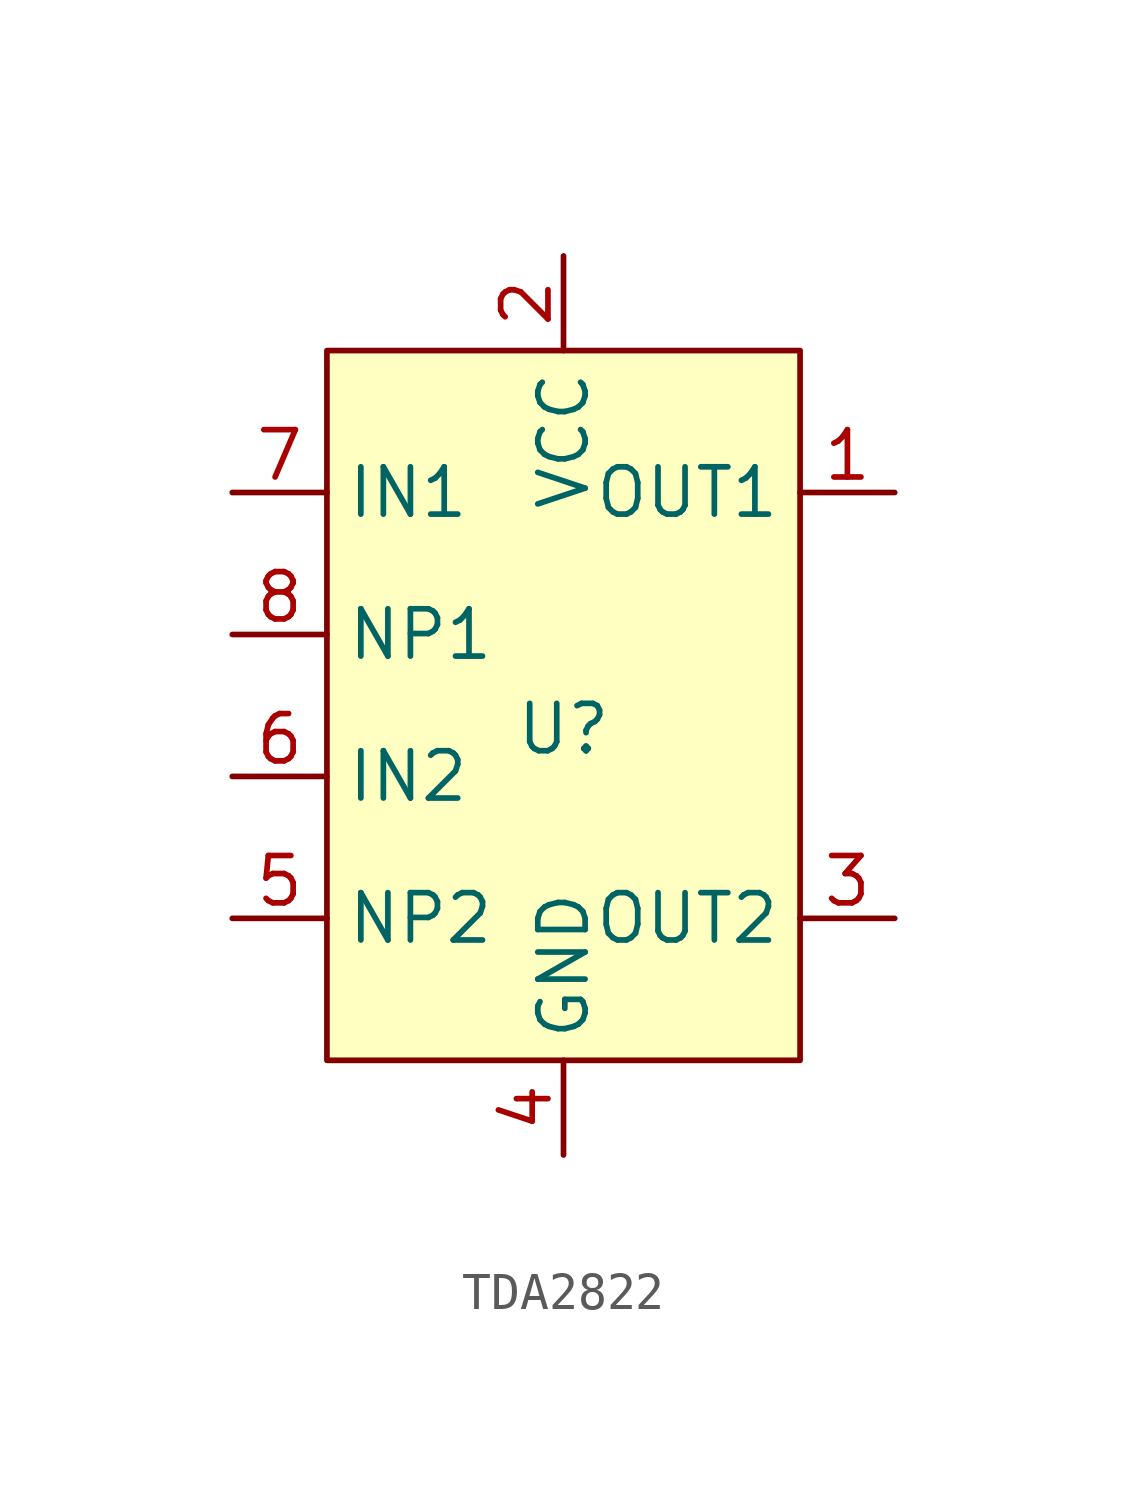
<source format=kicad_sym>
(kicad_symbol_lib
  (version 20220914)
  (generator kicad_symbol_editor)
  (symbol "TDA2822"
    (property "Reference" "U"
      (at 0 0 0)
      (effects (font (size 1.27 1.27))))
    (property "Value" ""
      (at 0 0 0)
      (effects (font (size 1.27 1.27))))
    (symbol "TDA2822_1_1"
      (polyline (pts (xy 6.35 10.16) (xy -6.35 10.16) (xy -6.35 -8.89) (xy 6.35 -8.89) (xy 6.35 10.16)) (stroke (width 0) (type default)) (fill (type background)))
      (pin output line (at 8.89 6.35 180) (length 2.54) (name "OUT1" (effects (font (size 1.27 1.27)))) (number "1" (effects (font (size 1.27 1.27)))))
      (pin power_in line (at 0 12.7 270) (length 2.54) (name "VCC" (effects (font (size 1.27 1.27)))) (number "2" (effects (font (size 1.27 1.27)))))
      (pin output line (at 8.89 -5.08 180) (length 2.54) (name "OUT2" (effects (font (size 1.27 1.27)))) (number "3" (effects (font (size 1.27 1.27)))))
      (pin power_in line (at 0 -11.43 90) (length 2.54) (name "GND" (effects (font (size 1.27 1.27)))) (number "4" (effects (font (size 1.27 1.27)))))
      (pin input line (at -8.89 -5.08 0) (length 2.54) (name "NP2" (effects (font (size 1.27 1.27)))) (number "5" (effects (font (size 1.27 1.27)))))
      (pin input line (at -8.89 -1.27 0) (length 2.54) (name "IN2" (effects (font (size 1.27 1.27)))) (number "6" (effects (font (size 1.27 1.27)))))
      (pin input line (at -8.89 6.35 0) (length 2.54) (name "IN1" (effects (font (size 1.27 1.27)))) (number "7" (effects (font (size 1.27 1.27)))))
      (pin input line (at -8.89 2.54 0) (length 2.54) (name "NP1" (effects (font (size 1.27 1.27)))) (number "8" (effects (font (size 1.27 1.27))))))))
</source>
